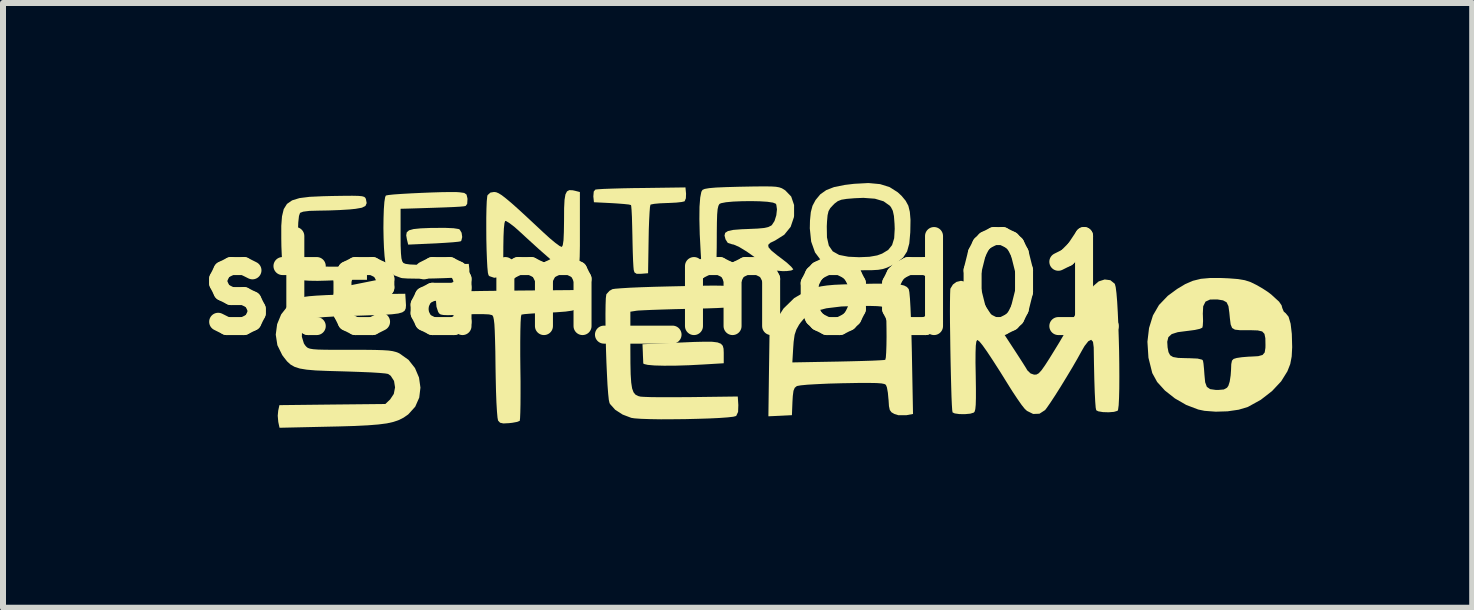
<source format=kicad_pcb>
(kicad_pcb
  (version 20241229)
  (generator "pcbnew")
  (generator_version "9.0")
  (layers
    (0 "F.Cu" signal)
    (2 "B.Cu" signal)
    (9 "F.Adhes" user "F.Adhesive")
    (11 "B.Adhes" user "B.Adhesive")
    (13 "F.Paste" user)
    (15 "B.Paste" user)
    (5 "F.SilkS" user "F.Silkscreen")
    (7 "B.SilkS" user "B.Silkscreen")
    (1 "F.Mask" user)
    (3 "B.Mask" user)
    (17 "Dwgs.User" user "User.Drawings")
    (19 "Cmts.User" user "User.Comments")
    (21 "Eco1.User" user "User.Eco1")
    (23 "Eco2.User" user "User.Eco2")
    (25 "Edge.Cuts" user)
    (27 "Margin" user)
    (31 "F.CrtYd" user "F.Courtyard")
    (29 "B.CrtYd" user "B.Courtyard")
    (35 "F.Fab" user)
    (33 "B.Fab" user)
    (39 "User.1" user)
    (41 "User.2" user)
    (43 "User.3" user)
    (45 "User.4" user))
  (footprint "steam_mod01"
    (layer "F.Cu")
    (at 8.014 1.705)
    (property "Reference" "steam_mod01" (at 0 0 0) (layer "F.SilkS") (effects (font (size 1.5 1.5) (thickness 0.3))))
    (attr board_only exclude_from_pos_files exclude_from_bom)
    (fp_poly (pts (xy -3.506 -0.952) (xy -3.423 -0.939) (xy -3.404 -0.93) (xy -3.372 -0.876) (xy -3.362 -0.805) (xy -3.376 -0.746) (xy -3.388 -0.734) (xy -3.427 -0.727) (xy -3.517 -0.718) (xy -3.644 -0.709) (xy -3.796 -0.7) (xy -3.838 -0.698) (xy -4.262 -0.679) (xy -4.283 -0.764) (xy -4.295 -0.834) (xy -4.286 -0.884) (xy -4.248 -0.917) (xy -4.173 -0.938) (xy -4.052 -0.95) (xy -3.879 -0.957) (xy -3.844 -0.957) (xy -3.647 -0.958)) (stroke (width 0) (type solid)) (fill yes) (layer "F.SilkS"))
    (fp_poly (pts (xy 0.805 0.94) (xy 0.893 0.951) (xy 0.949 0.973) (xy 0.98 1.007) (xy 0.993 1.056) (xy 0.996 1.122) (xy 0.996 1.151) (xy 0.996 1.298) (xy 0.664 1.318) (xy 0.419 1.331) (xy 0.195 1.338) (xy 0.001 1.339) (xy -0.157 1.335) (xy -0.271 1.325) (xy -0.334 1.31) (xy -0.345 1.3) (xy -0.347 1.246) (xy -0.351 1.158) (xy -0.352 1.121) (xy -0.358 0.981) (xy 0.272 0.953) (xy 0.502 0.943) (xy 0.677 0.939)) (stroke (width 0) (type solid)) (fill yes) (layer "F.SilkS"))
    (fp_poly (pts (xy 0.368 -1.527) (xy 0.365 -1.45) (xy 0.344 -1.402) (xy 0.342 -1.4) (xy 0.295 -1.389) (xy 0.204 -1.379) (xy 0.085 -1.373) (xy 0.052 -1.372) (xy -0.069 -1.367) (xy -0.165 -1.358) (xy -0.219 -1.347) (xy -0.225 -1.344) (xy -0.233 -1.307) (xy -0.24 -1.218) (xy -0.247 -1.088) (xy -0.253 -0.926) (xy -0.256 -0.762) (xy -0.265 -0.202) (xy -0.377 -0.193) (xy -0.454 -0.192) (xy -0.491 -0.215) (xy -0.504 -0.256) (xy -0.509 -0.311) (xy -0.515 -0.416) (xy -0.52 -0.558) (xy -0.524 -0.725) (xy -0.526 -0.826) (xy -0.53 -0.995) (xy -0.534 -1.142) (xy -0.54 -1.255) (xy -0.546 -1.323) (xy -0.55 -1.338) (xy -0.585 -1.347) (xy -0.669 -1.356) (xy -0.787 -1.365) (xy -0.866 -1.37) (xy -1.167 -1.385) (xy -1.177 -1.482) (xy -1.17 -1.564) (xy -1.143 -1.596) (xy -1.1 -1.601) (xy -1.005 -1.607) (xy -0.866 -1.612) (xy -0.692 -1.617) (xy -0.494 -1.621) (xy -0.37 -1.622) (xy 0.358 -1.632)) (stroke (width 0) (type solid)) (fill yes) (layer "F.SilkS"))
    (fp_poly (pts (xy -5.095 -1.491) (xy -5.031 -1.485) (xy -4.994 -1.474) (xy -4.976 -1.458) (xy -4.967 -1.439) (xy -4.954 -1.371) (xy -4.974 -1.324) (xy -5.033 -1.294) (xy -5.14 -1.275) (xy -5.239 -1.265) (xy -5.403 -1.255) (xy -5.589 -1.248) (xy -5.758 -1.245) (xy -5.76 -1.245) (xy -5.908 -1.241) (xy -6.012 -1.228) (xy -6.064 -1.208) (xy -6.082 -1.156) (xy -6.094 -1.046) (xy -6.1 -0.874) (xy -6.101 -0.778) (xy -6.098 -0.58) (xy -6.088 -0.442) (xy -6.073 -0.364) (xy -6.064 -0.349) (xy -6.023 -0.333) (xy -5.934 -0.322) (xy -5.793 -0.315) (xy -5.596 -0.312) (xy -5.488 -0.311) (xy -4.949 -0.311) (xy -4.949 -0.202) (xy -4.949 -0.093) (xy -5.113 -0.093) (xy -5.214 -0.092) (xy -5.356 -0.088) (xy -5.516 -0.083) (xy -5.619 -0.079) (xy -5.77 -0.075) (xy -5.909 -0.077) (xy -6.017 -0.084) (xy -6.066 -0.091) (xy -6.202 -0.147) (xy -6.303 -0.231) (xy -6.354 -0.33) (xy -6.362 -0.397) (xy -6.369 -0.509) (xy -6.375 -0.651) (xy -6.377 -0.787) (xy -6.377 -0.991) (xy -6.365 -1.15) (xy -6.336 -1.27) (xy -6.282 -1.357) (xy -6.197 -1.416) (xy -6.074 -1.454) (xy -5.907 -1.475) (xy -5.688 -1.485) (xy -5.536 -1.489) (xy -5.338 -1.492) (xy -5.194 -1.493)) (stroke (width 0) (type solid)) (fill yes) (layer "F.SilkS"))
    (fp_poly (pts (xy -3.453 -1.554) (xy -3.408 -1.551) (xy -3.328 -1.54) (xy -3.29 -1.513) (xy -3.276 -1.455) (xy -3.274 -1.439) (xy -3.279 -1.358) (xy -3.305 -1.323) (xy -3.337 -1.317) (xy -3.403 -1.311) (xy -3.508 -1.305) (xy -3.657 -1.299) (xy -3.857 -1.292) (xy -4.11 -1.284) (xy -4.272 -1.279) (xy -4.389 -1.276) (xy -4.389 -0.844) (xy -4.388 -0.664) (xy -4.383 -0.536) (xy -4.375 -0.451) (xy -4.361 -0.4) (xy -4.342 -0.373) (xy -4.305 -0.358) (xy -4.232 -0.348) (xy -4.116 -0.343) (xy -3.952 -0.343) (xy -3.774 -0.346) (xy -3.253 -0.358) (xy -3.243 -0.269) (xy -3.243 -0.196) (xy -3.258 -0.155) (xy -3.298 -0.144) (xy -3.389 -0.135) (xy -3.516 -0.126) (xy -3.668 -0.12) (xy -3.832 -0.115) (xy -3.995 -0.112) (xy -4.146 -0.112) (xy -4.271 -0.114) (xy -4.358 -0.12) (xy -4.381 -0.124) (xy -4.5 -0.169) (xy -4.584 -0.249) (xy -4.627 -0.32) (xy -4.643 -0.382) (xy -4.656 -0.488) (xy -4.666 -0.628) (xy -4.672 -0.788) (xy -4.675 -0.957) (xy -4.673 -1.121) (xy -4.668 -1.27) (xy -4.659 -1.39) (xy -4.646 -1.47) (xy -4.634 -1.497) (xy -4.592 -1.505) (xy -4.499 -1.515) (xy -4.368 -1.524) (xy -4.212 -1.533) (xy -4.04 -1.541) (xy -3.867 -1.548) (xy -3.703 -1.553) (xy -3.561 -1.555)) (stroke (width 0) (type solid)) (fill yes) (layer "F.SilkS"))
    (fp_poly (pts (xy -1.438 0.221) (xy -1.442 0.335) (xy -1.472 0.399) (xy -1.475 0.402) (xy -1.53 0.421) (xy -1.641 0.437) (xy -1.803 0.449) (xy -1.934 0.456) (xy -2.089 0.462) (xy -2.222 0.471) (xy -2.321 0.479) (xy -2.372 0.487) (xy -2.375 0.488) (xy -2.383 0.524) (xy -2.389 0.615) (xy -2.393 0.757) (xy -2.395 0.942) (xy -2.395 1.164) (xy -2.393 1.371) (xy -2.39 1.597) (xy -2.39 1.803) (xy -2.391 1.98) (xy -2.394 2.12) (xy -2.398 2.215) (xy -2.403 2.257) (xy -2.404 2.258) (xy -2.446 2.275) (xy -2.527 2.29) (xy -2.58 2.296) (xy -2.677 2.301) (xy -2.731 2.289) (xy -2.762 2.256) (xy -2.765 2.251) (xy -2.774 2.203) (xy -2.783 2.1) (xy -2.792 1.949) (xy -2.799 1.758) (xy -2.804 1.533) (xy -2.807 1.359) (xy -2.81 1.104) (xy -2.815 0.904) (xy -2.82 0.753) (xy -2.826 0.644) (xy -2.835 0.57) (xy -2.845 0.524) (xy -2.859 0.5) (xy -2.864 0.496) (xy -2.916 0.484) (xy -3.023 0.479) (xy -3.177 0.48) (xy -3.32 0.486) (xy -3.486 0.494) (xy -3.601 0.497) (xy -3.676 0.494) (xy -3.721 0.485) (xy -3.746 0.468) (xy -3.763 0.442) (xy -3.763 0.442) (xy -3.791 0.356) (xy -3.799 0.26) (xy -3.787 0.175) (xy -3.757 0.121) (xy -3.743 0.114) (xy -3.7 0.11) (xy -3.603 0.106) (xy -3.457 0.102) (xy -3.272 0.098) (xy -3.054 0.094) (xy -2.811 0.091) (xy -2.568 0.088) (xy -1.447 0.078)) (stroke (width 0) (type solid)) (fill yes) (layer "F.SilkS"))
    (fp_poly (pts (xy -1.52 -1.584) (xy -1.483 -1.576) (xy -1.401 -1.555) (xy -1.401 -0.893) (xy -1.401 -0.659) (xy -1.404 -0.481) (xy -1.411 -0.35) (xy -1.422 -0.26) (xy -1.439 -0.202) (xy -1.463 -0.171) (xy -1.495 -0.158) (xy -1.524 -0.156) (xy -1.568 -0.177) (xy -1.651 -0.236) (xy -1.768 -0.33) (xy -1.915 -0.455) (xy -2.085 -0.604) (xy -2.273 -0.775) (xy -2.388 -0.881) (xy -2.486 -0.969) (xy -2.57 -1.034) (xy -2.628 -1.07) (xy -2.646 -1.074) (xy -2.658 -1.036) (xy -2.668 -0.945) (xy -2.674 -0.811) (xy -2.677 -0.641) (xy -2.677 -0.608) (xy -2.678 -0.43) (xy -2.681 -0.304) (xy -2.688 -0.221) (xy -2.7 -0.172) (xy -2.717 -0.149) (xy -2.726 -0.143) (xy -2.828 -0.126) (xy -2.908 -0.153) (xy -2.923 -0.168) (xy -2.934 -0.21) (xy -2.943 -0.304) (xy -2.95 -0.436) (xy -2.956 -0.596) (xy -2.96 -0.772) (xy -2.961 -0.952) (xy -2.961 -1.124) (xy -2.958 -1.278) (xy -2.953 -1.401) (xy -2.945 -1.482) (xy -2.94 -1.503) (xy -2.892 -1.546) (xy -2.832 -1.556) (xy -2.797 -1.552) (xy -2.756 -1.535) (xy -2.704 -1.503) (xy -2.634 -1.449) (xy -2.541 -1.371) (xy -2.421 -1.264) (xy -2.269 -1.124) (xy -2.078 -0.946) (xy -2.013 -0.885) (xy -1.904 -0.786) (xy -1.809 -0.707) (xy -1.739 -0.656) (xy -1.702 -0.64) (xy -1.702 -0.64) (xy -1.686 -0.671) (xy -1.674 -0.752) (xy -1.668 -0.888) (xy -1.665 -1.081) (xy -1.665 -1.094) (xy -1.664 -1.286) (xy -1.657 -1.424) (xy -1.642 -1.515) (xy -1.616 -1.566) (xy -1.577 -1.587)) (stroke (width 0) (type solid)) (fill yes) (layer "F.SilkS"))
    (fp_poly (pts (xy 3.601 -1.687) (xy 3.76 -1.637) (xy 3.894 -1.552) (xy 3.96 -1.491) (xy 4.027 -1.41) (xy 4.072 -1.327) (xy 4.097 -1.225) (xy 4.108 -1.093) (xy 4.105 -0.914) (xy 4.104 -0.881) (xy 4.088 -0.699) (xy 4.051 -0.565) (xy 3.985 -0.463) (xy 3.881 -0.38) (xy 3.785 -0.327) (xy 3.714 -0.294) (xy 3.648 -0.272) (xy 3.571 -0.259) (xy 3.468 -0.253) (xy 3.325 -0.252) (xy 3.239 -0.252) (xy 3.035 -0.257) (xy 2.885 -0.269) (xy 2.793 -0.288) (xy 2.776 -0.295) (xy 2.624 -0.406) (xy 2.517 -0.549) (xy 2.453 -0.729) (xy 2.43 -0.951) (xy 2.431 -0.983) (xy 2.713 -0.983) (xy 2.716 -0.799) (xy 2.747 -0.662) (xy 2.812 -0.567) (xy 2.919 -0.507) (xy 3.073 -0.477) (xy 3.253 -0.469) (xy 3.423 -0.476) (xy 3.553 -0.499) (xy 3.635 -0.529) (xy 3.736 -0.59) (xy 3.801 -0.671) (xy 3.836 -0.785) (xy 3.845 -0.942) (xy 3.842 -1.024) (xy 3.832 -1.156) (xy 3.813 -1.243) (xy 3.782 -1.304) (xy 3.762 -1.328) (xy 3.659 -1.401) (xy 3.515 -1.444) (xy 3.323 -1.458) (xy 3.177 -1.452) (xy 3.044 -1.441) (xy 2.957 -1.427) (xy 2.896 -1.403) (xy 2.845 -1.365) (xy 2.819 -1.339) (xy 2.771 -1.287) (xy 2.742 -1.236) (xy 2.726 -1.168) (xy 2.717 -1.065) (xy 2.713 -0.983) (xy 2.431 -0.983) (xy 2.433 -1.08) (xy 2.447 -1.221) (xy 2.475 -1.326) (xy 2.524 -1.418) (xy 2.527 -1.423) (xy 2.605 -1.517) (xy 2.704 -1.587) (xy 2.835 -1.638) (xy 3.009 -1.673) (xy 3.167 -1.692) (xy 3.407 -1.705)) (stroke (width 0) (type solid)) (fill yes) (layer "F.SilkS"))
    (fp_poly (pts (xy 0.931 0.005) (xy 1.018 0.008) (xy 1.076 0.014) (xy 1.112 0.023) (xy 1.133 0.035) (xy 1.146 0.051) (xy 1.149 0.058) (xy 1.173 0.132) (xy 1.182 0.223) (xy 1.176 0.306) (xy 1.154 0.356) (xy 1.151 0.358) (xy 1.112 0.364) (xy 1.02 0.371) (xy 0.884 0.378) (xy 0.713 0.384) (xy 0.515 0.389) (xy 0.381 0.392) (xy 0.167 0.397) (xy -0.032 0.403) (xy -0.205 0.409) (xy -0.341 0.415) (xy -0.432 0.42) (xy -0.459 0.423) (xy -0.56 0.439) (xy -0.56 1.058) (xy -0.559 1.298) (xy -0.555 1.482) (xy -0.546 1.619) (xy -0.531 1.717) (xy -0.507 1.782) (xy -0.474 1.822) (xy -0.431 1.844) (xy -0.392 1.854) (xy -0.335 1.858) (xy -0.225 1.862) (xy -0.072 1.864) (xy 0.113 1.864) (xy 0.32 1.863) (xy 0.467 1.862) (xy 1.23 1.852) (xy 1.239 1.995) (xy 1.235 2.109) (xy 1.205 2.173) (xy 1.201 2.177) (xy 1.156 2.189) (xy 1.059 2.2) (xy 0.92 2.21) (xy 0.749 2.218) (xy 0.556 2.224) (xy 0.352 2.229) (xy 0.146 2.231) (xy -0.051 2.232) (xy -0.23 2.229) (xy -0.38 2.224) (xy -0.491 2.216) (xy -0.544 2.208) (xy -0.689 2.153) (xy -0.813 2.073) (xy -0.897 1.979) (xy -0.907 1.962) (xy -0.919 1.909) (xy -0.93 1.804) (xy -0.941 1.658) (xy -0.95 1.481) (xy -0.959 1.283) (xy -0.966 1.073) (xy -0.971 0.863) (xy -0.974 0.662) (xy -0.975 0.48) (xy -0.973 0.328) (xy -0.969 0.216) (xy -0.961 0.153) (xy -0.958 0.146) (xy -0.908 0.091) (xy -0.858 0.063) (xy -0.81 0.056) (xy -0.708 0.048) (xy -0.56 0.039) (xy -0.375 0.031) (xy -0.161 0.024) (xy 0.074 0.018) (xy 0.165 0.016) (xy 0.433 0.01) (xy 0.646 0.006) (xy 0.809 0.004)) (stroke (width 0) (type solid)) (fill yes) (layer "F.SilkS"))
    (fp_poly (pts (xy 1.784 -1.648) (xy 1.865 -1.643) (xy 1.921 -1.633) (xy 1.964 -1.618) (xy 2.001 -1.596) (xy 2.022 -1.582) (xy 2.12 -1.48) (xy 2.168 -1.339) (xy 2.168 -1.159) (xy 2.165 -1.135) (xy 2.111 -0.975) (xy 2.004 -0.843) (xy 1.85 -0.746) (xy 1.845 -0.744) (xy 1.772 -0.709) (xy 1.737 -0.675) (xy 1.742 -0.635) (xy 1.79 -0.58) (xy 1.885 -0.502) (xy 1.96 -0.446) (xy 2.053 -0.373) (xy 2.121 -0.31) (xy 2.153 -0.27) (xy 2.154 -0.265) (xy 2.121 -0.248) (xy 2.045 -0.238) (xy 1.976 -0.237) (xy 1.858 -0.247) (xy 1.77 -0.279) (xy 1.695 -0.33) (xy 1.527 -0.459) (xy 1.378 -0.564) (xy 1.254 -0.639) (xy 1.164 -0.679) (xy 1.133 -0.685) (xy 1.063 -0.708) (xy 1.026 -0.766) (xy 1.009 -0.83) (xy 1.02 -0.875) (xy 1.066 -0.905) (xy 1.154 -0.924) (xy 1.293 -0.935) (xy 1.399 -0.939) (xy 1.559 -0.946) (xy 1.669 -0.956) (xy 1.741 -0.973) (xy 1.787 -0.996) (xy 1.798 -1.005) (xy 1.842 -1.072) (xy 1.872 -1.168) (xy 1.883 -1.267) (xy 1.872 -1.344) (xy 1.862 -1.361) (xy 1.816 -1.379) (xy 1.722 -1.393) (xy 1.595 -1.401) (xy 1.448 -1.404) (xy 1.296 -1.402) (xy 1.153 -1.396) (xy 1.033 -1.385) (xy 0.951 -1.369) (xy 0.924 -1.356) (xy 0.907 -1.325) (xy 0.894 -1.27) (xy 0.886 -1.179) (xy 0.882 -1.046) (xy 0.88 -0.862) (xy 0.88 -0.8) (xy 0.879 -0.626) (xy 0.876 -0.473) (xy 0.87 -0.353) (xy 0.864 -0.275) (xy 0.859 -0.254) (xy 0.815 -0.229) (xy 0.739 -0.218) (xy 0.734 -0.218) (xy 0.632 -0.218) (xy 0.612 -0.55) (xy 0.596 -0.851) (xy 0.59 -1.105) (xy 0.592 -1.31) (xy 0.604 -1.463) (xy 0.623 -1.559) (xy 0.642 -1.591) (xy 0.679 -1.607) (xy 0.753 -1.62) (xy 0.868 -1.63) (xy 1.032 -1.637) (xy 1.25 -1.643) (xy 1.303 -1.644) (xy 1.513 -1.648) (xy 1.67 -1.649)) (stroke (width 0) (type solid)) (fill yes) (layer "F.SilkS"))
    (fp_poly (pts (xy -4.303 0.265) (xy -4.299 0.332) (xy -4.303 0.383) (xy -4.321 0.422) (xy -4.361 0.45) (xy -4.429 0.469) (xy -4.534 0.482) (xy -4.681 0.491) (xy -4.878 0.498) (xy -5.049 0.504) (xy -5.307 0.512) (xy -5.51 0.52) (xy -5.665 0.529) (xy -5.78 0.54) (xy -5.861 0.553) (xy -5.918 0.57) (xy -5.956 0.592) (xy -5.983 0.619) (xy -5.991 0.631) (xy -6.031 0.734) (xy -6.034 0.857) (xy -6 0.968) (xy -5.979 1) (xy -5.958 1.024) (xy -5.935 1.042) (xy -5.899 1.055) (xy -5.845 1.064) (xy -5.762 1.07) (xy -5.643 1.073) (xy -5.48 1.074) (xy -5.264 1.074) (xy -5.224 1.074) (xy -4.995 1.074) (xy -4.82 1.076) (xy -4.688 1.08) (xy -4.591 1.086) (xy -4.521 1.096) (xy -4.467 1.11) (xy -4.421 1.128) (xy -4.405 1.136) (xy -4.257 1.241) (xy -4.149 1.378) (xy -4.082 1.536) (xy -4.058 1.704) (xy -4.078 1.87) (xy -4.145 2.022) (xy -4.259 2.148) (xy -4.269 2.156) (xy -4.34 2.205) (xy -4.417 2.244) (xy -4.507 2.275) (xy -4.618 2.3) (xy -4.758 2.318) (xy -4.933 2.332) (xy -5.152 2.343) (xy -5.423 2.351) (xy -5.56 2.354) (xy -6.406 2.373) (xy -6.427 2.276) (xy -6.436 2.173) (xy -6.428 2.087) (xy -6.408 1.996) (xy -5.525 1.986) (xy -4.643 1.977) (xy -4.563 1.901) (xy -4.502 1.809) (xy -4.481 1.7) (xy -4.498 1.593) (xy -4.553 1.507) (xy -4.598 1.476) (xy -4.644 1.468) (xy -4.743 1.459) (xy -4.885 1.45) (xy -5.059 1.443) (xy -5.257 1.436) (xy -5.354 1.433) (xy -5.604 1.426) (xy -5.801 1.418) (xy -5.953 1.405) (xy -6.068 1.386) (xy -6.155 1.358) (xy -6.222 1.32) (xy -6.279 1.268) (xy -6.333 1.2) (xy -6.361 1.162) (xy -6.442 0.997) (xy -6.469 0.821) (xy -6.446 0.647) (xy -6.379 0.484) (xy -6.27 0.345) (xy -6.126 0.241) (xy -5.988 0.191) (xy -5.914 0.181) (xy -5.788 0.171) (xy -5.621 0.162) (xy -5.424 0.155) (xy -5.207 0.15) (xy -5.074 0.148) (xy -4.311 0.14)) (stroke (width 0) (type solid)) (fill yes) (layer "F.SilkS"))
    (fp_poly (pts (xy 3.828 -0.024) (xy 3.931 -0.014) (xy 4.002 0.003) (xy 4.048 0.027) (xy 4.076 0.059) (xy 4.079 0.065) (xy 4.089 0.114) (xy 4.099 0.22) (xy 4.108 0.379) (xy 4.117 0.586) (xy 4.124 0.836) (xy 4.131 1.124) (xy 4.131 1.135) (xy 4.15 2.143) (xy 4.038 2.164) (xy 3.906 2.164) (xy 3.839 2.143) (xy 3.791 2.115) (xy 3.763 2.077) (xy 3.749 2.012) (xy 3.742 1.902) (xy 3.741 1.9) (xy 3.731 1.789) (xy 3.715 1.7) (xy 3.698 1.658) (xy 3.674 1.644) (xy 3.625 1.634) (xy 3.543 1.628) (xy 3.421 1.626) (xy 3.252 1.626) (xy 3.03 1.63) (xy 2.969 1.631) (xy 2.747 1.637) (xy 2.552 1.646) (xy 2.394 1.655) (xy 2.28 1.666) (xy 2.218 1.677) (xy 2.213 1.679) (xy 2.179 1.707) (xy 2.158 1.757) (xy 2.147 1.842) (xy 2.141 1.938) (xy 2.132 2.163) (xy 1.936 2.173) (xy 1.74 2.182) (xy 1.749 1.488) (xy 1.752 1.284) (xy 2.139 1.284) (xy 2.906 1.27) (xy 3.118 1.265) (xy 3.309 1.26) (xy 3.47 1.255) (xy 3.593 1.249) (xy 3.668 1.244) (xy 3.688 1.24) (xy 3.697 1.202) (xy 3.703 1.116) (xy 3.707 0.998) (xy 3.709 0.861) (xy 3.708 0.72) (xy 3.706 0.59) (xy 3.701 0.485) (xy 3.693 0.42) (xy 3.691 0.412) (xy 3.68 0.384) (xy 3.659 0.365) (xy 3.619 0.352) (xy 3.549 0.346) (xy 3.438 0.343) (xy 3.277 0.342) (xy 3.257 0.342) (xy 2.955 0.352) (xy 2.708 0.382) (xy 2.518 0.43) (xy 2.405 0.485) (xy 2.345 0.539) (xy 2.276 0.621) (xy 2.251 0.656) (xy 2.206 0.737) (xy 2.177 0.824) (xy 2.161 0.939) (xy 2.154 1.033) (xy 2.139 1.284) (xy 1.752 1.284) (xy 1.759 0.794) (xy 1.851 0.607) (xy 1.992 0.386) (xy 2.17 0.212) (xy 2.382 0.088) (xy 2.452 0.062) (xy 2.536 0.035) (xy 2.62 0.016) (xy 2.716 0.002) (xy 2.836 -0.009) (xy 2.993 -0.016) (xy 3.197 -0.022) (xy 3.249 -0.023) (xy 3.494 -0.028) (xy 3.684 -0.028)) (stroke (width 0) (type solid)) (fill yes) (layer "F.SilkS"))
    (fp_poly (pts (xy 7.438 -0.086) (xy 7.51 -0.028) (xy 7.513 -0.023) (xy 7.527 0.028) (xy 7.54 0.13) (xy 7.552 0.274) (xy 7.562 0.452) (xy 7.571 0.654) (xy 7.578 0.871) (xy 7.584 1.095) (xy 7.587 1.316) (xy 7.588 1.526) (xy 7.587 1.715) (xy 7.583 1.875) (xy 7.577 1.997) (xy 7.567 2.071) (xy 7.559 2.09) (xy 7.498 2.108) (xy 7.409 2.115) (xy 7.314 2.112) (xy 7.237 2.099) (xy 7.203 2.081) (xy 7.194 2.038) (xy 7.186 1.938) (xy 7.178 1.781) (xy 7.171 1.566) (xy 7.165 1.29) (xy 7.161 1.033) (xy 7.149 0.941) (xy 7.119 0.907) (xy 7.071 0.931) (xy 7.008 1.011) (xy 6.959 1.096) (xy 6.889 1.222) (xy 6.804 1.369) (xy 6.709 1.527) (xy 6.613 1.684) (xy 6.521 1.83) (xy 6.441 1.952) (xy 6.38 2.04) (xy 6.351 2.078) (xy 6.257 2.139) (xy 6.152 2.143) (xy 6.049 2.092) (xy 6.012 2.058) (xy 5.96 1.993) (xy 5.888 1.89) (xy 5.807 1.768) (xy 5.759 1.692) (xy 5.606 1.446) (xy 5.481 1.251) (xy 5.383 1.103) (xy 5.309 0.999) (xy 5.258 0.937) (xy 5.226 0.912) (xy 5.219 0.912) (xy 5.205 0.936) (xy 5.196 1.004) (xy 5.192 1.118) (xy 5.191 1.285) (xy 5.195 1.508) (xy 5.198 1.72) (xy 5.198 1.878) (xy 5.195 1.99) (xy 5.188 2.062) (xy 5.177 2.103) (xy 5.163 2.12) (xy 5.105 2.138) (xy 5.017 2.146) (xy 4.922 2.145) (xy 4.845 2.134) (xy 4.809 2.117) (xy 4.803 2.078) (xy 4.797 1.986) (xy 4.791 1.85) (xy 4.786 1.678) (xy 4.781 1.482) (xy 4.776 1.268) (xy 4.772 1.047) (xy 4.769 0.827) (xy 4.766 0.618) (xy 4.765 0.429) (xy 4.766 0.269) (xy 4.768 0.146) (xy 4.771 0.071) (xy 4.773 0.054) (xy 4.815 -0.014) (xy 4.873 -0.057) (xy 4.95 -0.076) (xy 5.025 -0.058) (xy 5.105 0.004) (xy 5.198 0.113) (xy 5.294 0.249) (xy 5.469 0.512) (xy 5.627 0.751) (xy 5.764 0.961) (xy 5.879 1.137) (xy 5.968 1.275) (xy 6.028 1.37) (xy 6.055 1.416) (xy 6.109 1.468) (xy 6.167 1.488) (xy 6.207 1.486) (xy 6.245 1.465) (xy 6.291 1.415) (xy 6.353 1.327) (xy 6.42 1.223) (xy 6.504 1.087) (xy 6.588 0.95) (xy 6.656 0.834) (xy 6.681 0.789) (xy 6.782 0.611) (xy 6.886 0.434) (xy 6.984 0.271) (xy 7.071 0.134) (xy 7.138 0.035) (xy 7.158 0.008) (xy 7.244 -0.066) (xy 7.344 -0.098)) (stroke (width 0) (type solid)) (fill yes) (layer "F.SilkS"))
    (fp_poly (pts (xy 9.298 -0.122) (xy 9.412 -0.117) (xy 9.565 -0.105) (xy 9.678 -0.086) (xy 9.774 -0.055) (xy 9.872 -0.007) (xy 9.978 0.054) (xy 10.072 0.116) (xy 10.121 0.154) (xy 10.192 0.219) (xy 10.249 0.271) (xy 10.292 0.334) (xy 10.303 0.378) (xy 10.328 0.437) (xy 10.361 0.465) (xy 10.408 0.523) (xy 10.442 0.639) (xy 10.462 0.809) (xy 10.468 1.029) (xy 10.46 1.185) (xy 10.436 1.311) (xy 10.388 1.433) (xy 10.284 1.6) (xy 10.132 1.762) (xy 9.945 1.907) (xy 9.737 2.022) (xy 9.727 2.027) (xy 9.577 2.072) (xy 9.392 2.099) (xy 9.194 2.105) (xy 9.008 2.091) (xy 8.903 2.069) (xy 8.703 1.993) (xy 8.514 1.884) (xy 8.348 1.753) (xy 8.218 1.61) (xy 8.138 1.464) (xy 8.137 1.463) (xy 8.073 1.206) (xy 8.056 0.94) (xy 8.386 0.94) (xy 8.392 1.034) (xy 8.407 1.113) (xy 8.434 1.164) (xy 8.483 1.194) (xy 8.568 1.209) (xy 8.699 1.213) (xy 8.756 1.214) (xy 8.891 1.22) (xy 8.966 1.238) (xy 8.981 1.253) (xy 8.99 1.303) (xy 8.999 1.394) (xy 9.006 1.489) (xy 9.018 1.615) (xy 9.046 1.691) (xy 9.1 1.729) (xy 9.191 1.742) (xy 9.236 1.743) (xy 9.329 1.735) (xy 9.382 1.706) (xy 9.405 1.673) (xy 9.427 1.604) (xy 9.443 1.499) (xy 9.449 1.416) (xy 9.453 1.312) (xy 9.465 1.254) (xy 9.492 1.226) (xy 9.541 1.211) (xy 9.544 1.21) (xy 9.632 1.197) (xy 9.744 1.188) (xy 9.779 1.187) (xy 9.902 1.18) (xy 9.974 1.16) (xy 10.01 1.118) (xy 10.022 1.042) (xy 10.023 0.995) (xy 10.021 0.881) (xy 10.006 0.808) (xy 9.968 0.768) (xy 9.894 0.751) (xy 9.772 0.747) (xy 9.725 0.747) (xy 9.596 0.747) (xy 9.514 0.738) (xy 9.467 0.71) (xy 9.443 0.651) (xy 9.43 0.548) (xy 9.421 0.456) (xy 9.406 0.346) (xy 9.375 0.282) (xy 9.316 0.25) (xy 9.223 0.235) (xy 9.1 0.236) (xy 9.024 0.271) (xy 8.985 0.349) (xy 8.979 0.476) (xy 8.98 0.492) (xy 8.983 0.595) (xy 8.978 0.675) (xy 8.971 0.705) (xy 8.931 0.724) (xy 8.847 0.743) (xy 8.734 0.758) (xy 8.716 0.76) (xy 8.562 0.78) (xy 8.461 0.812) (xy 8.405 0.863) (xy 8.386 0.94) (xy 8.056 0.94) (xy 8.056 0.939) (xy 8.083 0.711) (xy 8.148 0.501) (xy 8.249 0.327) (xy 8.396 0.174) (xy 8.551 0.06) (xy 8.686 -0.021) (xy 8.813 -0.076) (xy 8.947 -0.109) (xy 9.103 -0.123)) (stroke (width 0) (type solid)) (fill yes) (layer "F.SilkS")))
  (gr_rect
    (start -3 -3)
    (end 21.482 7.077)
    (stroke (width 0.1) (type default))
    (fill no)
    (layer "Edge.Cuts")))
</source>
